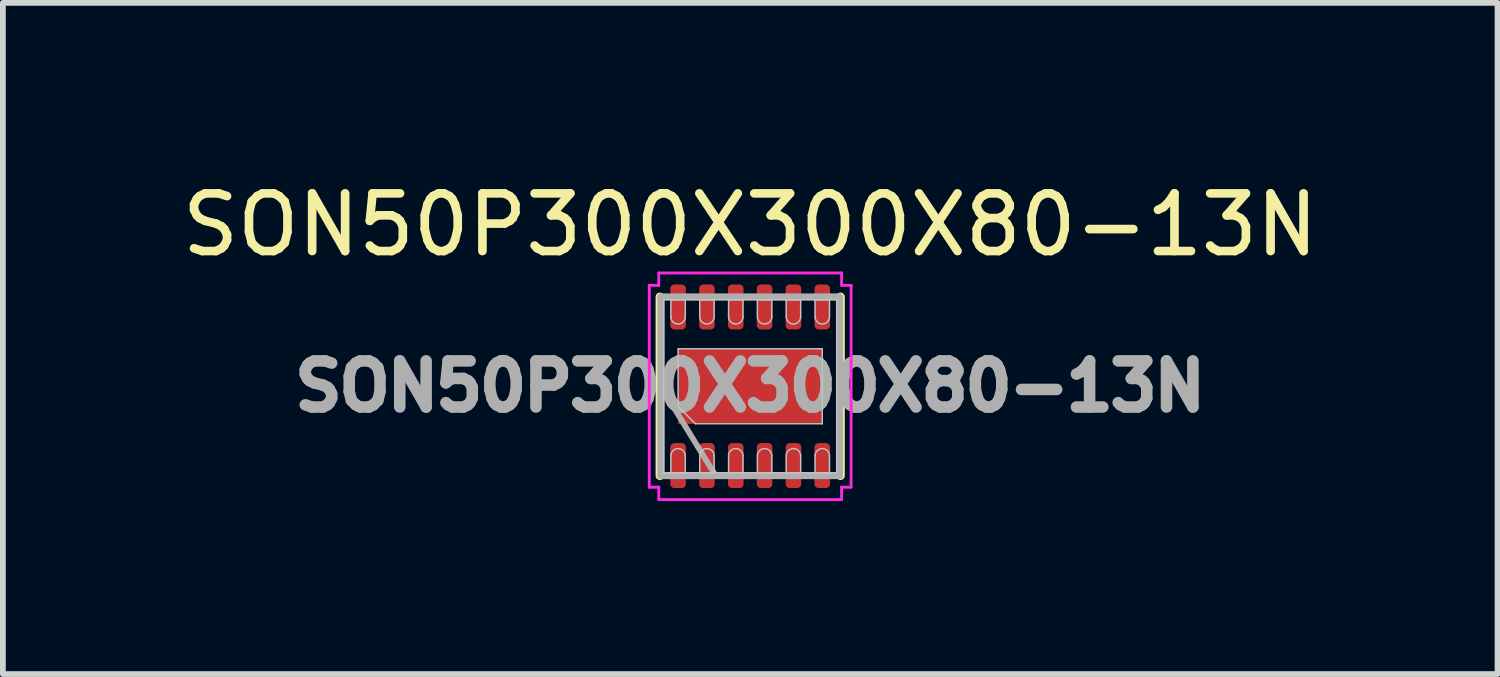
<source format=kicad_pcb>
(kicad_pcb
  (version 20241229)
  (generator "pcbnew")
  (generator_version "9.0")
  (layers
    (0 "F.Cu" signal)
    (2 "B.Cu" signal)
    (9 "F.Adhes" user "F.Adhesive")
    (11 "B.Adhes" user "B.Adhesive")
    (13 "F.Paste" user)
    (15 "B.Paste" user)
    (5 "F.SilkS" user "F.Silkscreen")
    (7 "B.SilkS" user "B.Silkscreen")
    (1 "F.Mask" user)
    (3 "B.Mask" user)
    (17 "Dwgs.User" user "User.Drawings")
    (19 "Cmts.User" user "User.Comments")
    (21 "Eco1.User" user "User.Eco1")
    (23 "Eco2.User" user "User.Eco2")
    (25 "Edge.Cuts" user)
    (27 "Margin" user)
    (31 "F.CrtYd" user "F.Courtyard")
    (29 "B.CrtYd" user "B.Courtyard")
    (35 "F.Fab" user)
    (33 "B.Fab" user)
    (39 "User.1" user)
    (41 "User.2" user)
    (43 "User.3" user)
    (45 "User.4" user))
  (footprint "SON50P300X300X80-13N"
    (layer "F.Cu")
    (at 9.958 3.648)
    (property "Reference" "SON50P300X300X80-13N" (at 0 -2.8 0) (layer "F.SilkS") (effects (font (size 1 1) (thickness 0.15))))
    (attr smd)
    (fp_line (start -1.565 1.55) (end -1.565 -1.55) (stroke (width 0.15) (type solid)) (layer "F.SilkS"))
    (fp_line (start 1.565 1.55) (end 1.565 -1.55) (stroke (width 0.15) (type solid)) (layer "F.SilkS"))
    (fp_line (start -1.5 -1.5) (end 1.5 -1.5) (stroke (width 0.025) (type solid)) (layer "Dwgs.User"))
    (fp_line (start -1.5 1.5) (end -1.5 -1.5) (stroke (width 0.025) (type solid)) (layer "Dwgs.User"))
    (fp_line (start -1.375 -1.5) (end -1.375 -1.205) (stroke (width 0.025) (type solid)) (layer "Dwgs.User"))
    (fp_line (start -1.375 1.205) (end -1.375 1.5) (stroke (width 0.025) (type solid)) (layer "Dwgs.User"))
    (fp_line (start -1.375 1.5) (end -1.125 1.5) (stroke (width 0.025) (type solid)) (layer "Dwgs.User"))
    (fp_line (start -1.25 -0.65) (end -1.25 0.35) (stroke (width 0.025) (type solid)) (layer "Dwgs.User"))
    (fp_line (start -1.25 0.35) (end -0.95 0.65) (stroke (width 0.025) (type solid)) (layer "Dwgs.User"))
    (fp_line (start -1.125 -1.5) (end -1.375 -1.5) (stroke (width 0.025) (type solid)) (layer "Dwgs.User"))
    (fp_line (start -1.125 -1.205) (end -1.125 -1.5) (stroke (width 0.025) (type solid)) (layer "Dwgs.User"))
    (fp_line (start -1.125 1.5) (end -1.125 1.205) (stroke (width 0.025) (type solid)) (layer "Dwgs.User"))
    (fp_line (start -0.95 0.65) (end 1.25 0.65) (stroke (width 0.025) (type solid)) (layer "Dwgs.User"))
    (fp_line (start -0.875 -1.5) (end -0.875 -1.205) (stroke (width 0.025) (type solid)) (layer "Dwgs.User"))
    (fp_line (start -0.875 1.205) (end -0.875 1.5) (stroke (width 0.025) (type solid)) (layer "Dwgs.User"))
    (fp_line (start -0.875 1.5) (end -0.625 1.5) (stroke (width 0.025) (type solid)) (layer "Dwgs.User"))
    (fp_line (start -0.625 -1.5) (end -0.875 -1.5) (stroke (width 0.025) (type solid)) (layer "Dwgs.User"))
    (fp_line (start -0.625 -1.205) (end -0.625 -1.5) (stroke (width 0.025) (type solid)) (layer "Dwgs.User"))
    (fp_line (start -0.625 1.5) (end -0.625 1.205) (stroke (width 0.025) (type solid)) (layer "Dwgs.User"))
    (fp_line (start -0.375 -1.5) (end -0.375 -1.205) (stroke (width 0.025) (type solid)) (layer "Dwgs.User"))
    (fp_line (start -0.375 1.205) (end -0.375 1.5) (stroke (width 0.025) (type solid)) (layer "Dwgs.User"))
    (fp_line (start -0.375 1.5) (end -0.125 1.5) (stroke (width 0.025) (type solid)) (layer "Dwgs.User"))
    (fp_line (start -0.125 -1.5) (end -0.375 -1.5) (stroke (width 0.025) (type solid)) (layer "Dwgs.User"))
    (fp_line (start -0.125 -1.205) (end -0.125 -1.5) (stroke (width 0.025) (type solid)) (layer "Dwgs.User"))
    (fp_line (start -0.125 1.5) (end -0.125 1.205) (stroke (width 0.025) (type solid)) (layer "Dwgs.User"))
    (fp_line (start 0.125 -1.5) (end 0.125 -1.205) (stroke (width 0.025) (type solid)) (layer "Dwgs.User"))
    (fp_line (start 0.125 1.205) (end 0.125 1.5) (stroke (width 0.025) (type solid)) (layer "Dwgs.User"))
    (fp_line (start 0.125 1.5) (end 0.375 1.5) (stroke (width 0.025) (type solid)) (layer "Dwgs.User"))
    (fp_line (start 0.375 -1.5) (end 0.125 -1.5) (stroke (width 0.025) (type solid)) (layer "Dwgs.User"))
    (fp_line (start 0.375 -1.205) (end 0.375 -1.5) (stroke (width 0.025) (type solid)) (layer "Dwgs.User"))
    (fp_line (start 0.375 1.5) (end 0.375 1.205) (stroke (width 0.025) (type solid)) (layer "Dwgs.User"))
    (fp_line (start 0.625 -1.5) (end 0.625 -1.205) (stroke (width 0.025) (type solid)) (layer "Dwgs.User"))
    (fp_line (start 0.625 1.205) (end 0.625 1.5) (stroke (width 0.025) (type solid)) (layer "Dwgs.User"))
    (fp_line (start 0.625 1.5) (end 0.875 1.5) (stroke (width 0.025) (type solid)) (layer "Dwgs.User"))
    (fp_line (start 0.875 -1.5) (end 0.625 -1.5) (stroke (width 0.025) (type solid)) (layer "Dwgs.User"))
    (fp_line (start 0.875 -1.205) (end 0.875 -1.5) (stroke (width 0.025) (type solid)) (layer "Dwgs.User"))
    (fp_line (start 0.875 1.5) (end 0.875 1.205) (stroke (width 0.025) (type solid)) (layer "Dwgs.User"))
    (fp_line (start 1.125 -1.5) (end 1.125 -1.205) (stroke (width 0.025) (type solid)) (layer "Dwgs.User"))
    (fp_line (start 1.125 1.205) (end 1.125 1.5) (stroke (width 0.025) (type solid)) (layer "Dwgs.User"))
    (fp_line (start 1.125 1.5) (end 1.375 1.5) (stroke (width 0.025) (type solid)) (layer "Dwgs.User"))
    (fp_line (start 1.25 -0.65) (end -1.25 -0.65) (stroke (width 0.025) (type solid)) (layer "Dwgs.User"))
    (fp_line (start 1.25 0.65) (end 1.25 -0.65) (stroke (width 0.025) (type solid)) (layer "Dwgs.User"))
    (fp_line (start 1.375 -1.5) (end 1.125 -1.5) (stroke (width 0.025) (type solid)) (layer "Dwgs.User"))
    (fp_line (start 1.375 -1.205) (end 1.375 -1.5) (stroke (width 0.025) (type solid)) (layer "Dwgs.User"))
    (fp_line (start 1.375 1.5) (end 1.375 1.205) (stroke (width 0.025) (type solid)) (layer "Dwgs.User"))
    (fp_line (start 1.5 -1.5) (end 1.5 1.5) (stroke (width 0.025) (type solid)) (layer "Dwgs.User"))
    (fp_line (start 1.5 1.5) (end -1.5 1.5) (stroke (width 0.025) (type solid)) (layer "Dwgs.User"))
    (fp_arc (start -1.375 1.205) (mid -1.25 1.08) (end -1.125 1.205) (stroke (width 0.025) (type solid)) (layer "Dwgs.User"))
    (fp_arc (start -1.125 -1.205) (mid -1.25 -1.08) (end -1.375 -1.205) (stroke (width 0.025) (type solid)) (layer "Dwgs.User"))
    (fp_arc (start -0.875 1.205) (mid -0.75 1.08) (end -0.625 1.205) (stroke (width 0.025) (type solid)) (layer "Dwgs.User"))
    (fp_arc (start -0.625 -1.205) (mid -0.75 -1.08) (end -0.875 -1.205) (stroke (width 0.025) (type solid)) (layer "Dwgs.User"))
    (fp_arc (start -0.375 1.205) (mid -0.25 1.08) (end -0.125 1.205) (stroke (width 0.025) (type solid)) (layer "Dwgs.User"))
    (fp_arc (start -0.125 -1.205) (mid -0.25 -1.08) (end -0.375 -1.205) (stroke (width 0.025) (type solid)) (layer "Dwgs.User"))
    (fp_arc (start 0.125 1.205) (mid 0.25 1.08) (end 0.375 1.205) (stroke (width 0.025) (type solid)) (layer "Dwgs.User"))
    (fp_arc (start 0.375 -1.205) (mid 0.25 -1.08) (end 0.125 -1.205) (stroke (width 0.025) (type solid)) (layer "Dwgs.User"))
    (fp_arc (start 0.625 1.205) (mid 0.75 1.08) (end 0.875 1.205) (stroke (width 0.025) (type solid)) (layer "Dwgs.User"))
    (fp_arc (start 0.875 -1.205) (mid 0.75 -1.08) (end 0.625 -1.205) (stroke (width 0.025) (type solid)) (layer "Dwgs.User"))
    (fp_arc (start 1.125 1.205) (mid 1.25 1.08) (end 1.375 1.205) (stroke (width 0.025) (type solid)) (layer "Dwgs.User"))
    (fp_arc (start 1.375 -1.205) (mid 1.25 -1.08) (end 1.125 -1.205) (stroke (width 0.025) (type solid)) (layer "Dwgs.User"))
    (fp_line (start -1.75 -1.75) (end -1.75 1.75) (stroke (width 0.05) (type solid)) (layer "F.CrtYd"))
    (fp_line (start -1.75 1.75) (end -1.585 1.75) (stroke (width 0.05) (type solid)) (layer "F.CrtYd"))
    (fp_line (start -1.585 -1.965) (end -1.585 -1.75) (stroke (width 0.05) (type solid)) (layer "F.CrtYd"))
    (fp_line (start -1.585 -1.75) (end -1.75 -1.75) (stroke (width 0.05) (type solid)) (layer "F.CrtYd"))
    (fp_line (start -1.585 1.75) (end -1.585 1.965) (stroke (width 0.05) (type solid)) (layer "F.CrtYd"))
    (fp_line (start -1.585 1.965) (end 1.585 1.965) (stroke (width 0.05) (type solid)) (layer "F.CrtYd"))
    (fp_line (start 1.585 -1.965) (end -1.585 -1.965) (stroke (width 0.05) (type solid)) (layer "F.CrtYd"))
    (fp_line (start 1.585 -1.75) (end 1.585 -1.965) (stroke (width 0.05) (type solid)) (layer "F.CrtYd"))
    (fp_line (start 1.585 1.75) (end 1.75 1.75) (stroke (width 0.05) (type solid)) (layer "F.CrtYd"))
    (fp_line (start 1.585 1.965) (end 1.585 1.75) (stroke (width 0.05) (type solid)) (layer "F.CrtYd"))
    (fp_line (start 1.75 -1.75) (end 1.585 -1.75) (stroke (width 0.05) (type solid)) (layer "F.CrtYd"))
    (fp_line (start 1.75 1.75) (end 1.75 -1.75) (stroke (width 0.05) (type solid)) (layer "F.CrtYd"))
    (fp_line (start -1.55 -1.55) (end 1.55 -1.55) (stroke (width 0.12) (type solid)) (layer "F.Fab"))
    (fp_line (start -1.55 1.55) (end -1.55 -1.55) (stroke (width 0.12) (type solid)) (layer "F.Fab"))
    (fp_line (start 1.55 -1.55) (end 1.55 1.55) (stroke (width 0.12) (type solid)) (layer "F.Fab"))
    (fp_line (start 1.55 1.55) (end -1.55 1.55) (stroke (width 0.12) (type solid)) (layer "F.Fab"))
    (fp_poly (pts (xy -0.6 1.55) (xy -1.55 1.55) (xy -1.55 0)) (stroke (width 0.1) (type solid)) (fill no) (layer "F.Fab"))
    (fp_text user "${REFERENCE}" (at 0 0 0) (layer "F.Fab") (effects (font (size 0.8 0.8) (thickness 0.2))))
    (pad "" smd rect (at -0.62 -0.003 90) (size 0.915 1.05) (layers "F.Paste"))
    (pad "" smd rect (at 0.625 0 90) (size 0.92 1.06) (layers "F.Paste"))
    (pad "1" smd roundrect (at -1.25 1.375 90) (size 0.78 0.27) (layers "F.Cu" "F.Mask" "F.Paste") (roundrect_rratio 0.259))
    (pad "2" smd roundrect (at -0.75 1.375 90) (size 0.78 0.27) (layers "F.Cu" "F.Mask" "F.Paste") (roundrect_rratio 0.259))
    (pad "3" smd roundrect (at -0.25 1.375 90) (size 0.78 0.27) (layers "F.Cu" "F.Mask" "F.Paste") (roundrect_rratio 0.259))
    (pad "4" smd roundrect (at 0.25 1.375 90) (size 0.78 0.27) (layers "F.Cu" "F.Mask" "F.Paste") (roundrect_rratio 0.259))
    (pad "5" smd roundrect (at 0.75 1.375 90) (size 0.78 0.27) (layers "F.Cu" "F.Mask" "F.Paste") (roundrect_rratio 0.259))
    (pad "6" smd roundrect (at 1.25 1.375 90) (size 0.78 0.27) (layers "F.Cu" "F.Mask" "F.Paste") (roundrect_rratio 0.259))
    (pad "7" smd roundrect (at 1.25 -1.375 90) (size 0.78 0.27) (layers "F.Cu" "F.Mask" "F.Paste") (roundrect_rratio 0.259))
    (pad "8" smd roundrect (at 0.75 -1.375 90) (size 0.78 0.27) (layers "F.Cu" "F.Mask" "F.Paste") (roundrect_rratio 0.259))
    (pad "9" smd roundrect (at 0.25 -1.375 90) (size 0.78 0.27) (layers "F.Cu" "F.Mask" "F.Paste") (roundrect_rratio 0.259))
    (pad "10" smd roundrect (at -0.25 -1.375 90) (size 0.78 0.27) (layers "F.Cu" "F.Mask" "F.Paste") (roundrect_rratio 0.259))
    (pad "11" smd roundrect (at -0.75 -1.375 90) (size 0.78 0.27) (layers "F.Cu" "F.Mask" "F.Paste") (roundrect_rratio 0.259))
    (pad "12" smd roundrect (at -1.25 -1.375 90) (size 0.78 0.27) (layers "F.Cu" "F.Mask" "F.Paste") (roundrect_rratio 0.259))
    (pad "13" smd rect (at 0 0 90) (size 1.3 2.5) (layers "F.Cu" "F.Mask")))
  (gr_rect
    (start -3 -3)
    (end 22.917 8.638)
    (stroke (width 0.1) (type default))
    (fill no)
    (layer "Edge.Cuts")))
</source>
